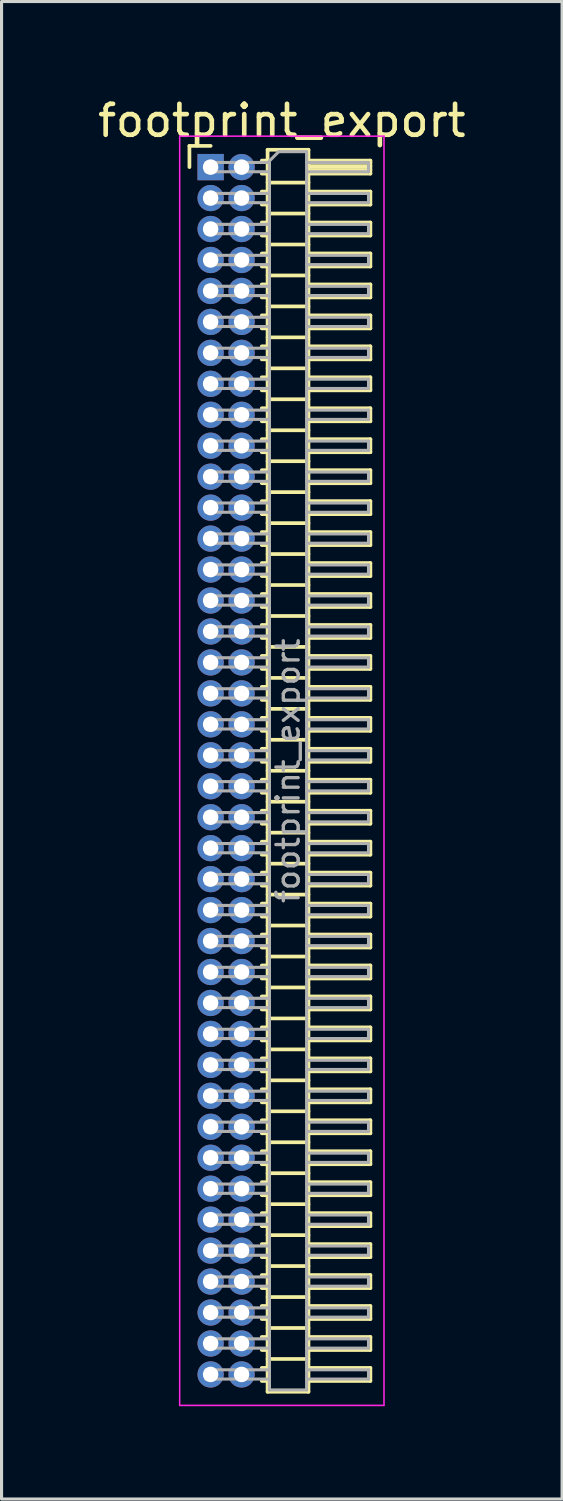
<source format=kicad_pcb>
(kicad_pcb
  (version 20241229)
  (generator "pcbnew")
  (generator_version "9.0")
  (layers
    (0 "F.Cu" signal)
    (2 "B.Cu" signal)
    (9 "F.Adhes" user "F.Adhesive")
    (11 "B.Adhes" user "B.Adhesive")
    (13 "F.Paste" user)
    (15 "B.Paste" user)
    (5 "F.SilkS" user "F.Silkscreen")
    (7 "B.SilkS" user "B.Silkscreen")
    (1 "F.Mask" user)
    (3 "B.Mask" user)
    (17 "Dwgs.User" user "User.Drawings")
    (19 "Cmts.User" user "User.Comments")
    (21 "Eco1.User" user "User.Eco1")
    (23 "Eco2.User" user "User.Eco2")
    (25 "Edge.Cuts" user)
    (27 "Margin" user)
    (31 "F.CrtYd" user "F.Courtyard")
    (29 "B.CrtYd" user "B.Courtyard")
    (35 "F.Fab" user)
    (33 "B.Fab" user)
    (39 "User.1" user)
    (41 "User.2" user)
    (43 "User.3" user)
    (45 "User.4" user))
  (footprint "footprint_export"
    (layer "F.Cu")
    (at 3.754 2.348)
    (property "Reference" "footprint_export" (at 2.3 -1.5 0) (layer "F.SilkS") (effects (font (size 1 1) (thickness 0.15))))
    (attr through_hole)
    (fp_line (start -0.685 -0.685) (end 0 -0.685) (stroke (width 0.12) (type solid)) (layer "F.SilkS"))
    (fp_line (start -0.685 0) (end -0.685 -0.685) (stroke (width 0.12) (type solid)) (layer "F.SilkS"))
    (fp_line (start 1.652 -0.21) (end 1.84 -0.21) (stroke (width 0.12) (type solid)) (layer "F.SilkS"))
    (fp_line (start 1.652 0.21) (end 1.84 0.21) (stroke (width 0.12) (type solid)) (layer "F.SilkS"))
    (fp_line (start 1.652 0.79) (end 1.84 0.79) (stroke (width 0.12) (type solid)) (layer "F.SilkS"))
    (fp_line (start 1.652 1.21) (end 1.84 1.21) (stroke (width 0.12) (type solid)) (layer "F.SilkS"))
    (fp_line (start 1.652 1.79) (end 1.84 1.79) (stroke (width 0.12) (type solid)) (layer "F.SilkS"))
    (fp_line (start 1.652 2.21) (end 1.84 2.21) (stroke (width 0.12) (type solid)) (layer "F.SilkS"))
    (fp_line (start 1.652 2.79) (end 1.84 2.79) (stroke (width 0.12) (type solid)) (layer "F.SilkS"))
    (fp_line (start 1.652 3.21) (end 1.84 3.21) (stroke (width 0.12) (type solid)) (layer "F.SilkS"))
    (fp_line (start 1.652 3.79) (end 1.84 3.79) (stroke (width 0.12) (type solid)) (layer "F.SilkS"))
    (fp_line (start 1.652 4.21) (end 1.84 4.21) (stroke (width 0.12) (type solid)) (layer "F.SilkS"))
    (fp_line (start 1.652 4.79) (end 1.84 4.79) (stroke (width 0.12) (type solid)) (layer "F.SilkS"))
    (fp_line (start 1.652 5.21) (end 1.84 5.21) (stroke (width 0.12) (type solid)) (layer "F.SilkS"))
    (fp_line (start 1.652 5.79) (end 1.84 5.79) (stroke (width 0.12) (type solid)) (layer "F.SilkS"))
    (fp_line (start 1.652 6.21) (end 1.84 6.21) (stroke (width 0.12) (type solid)) (layer "F.SilkS"))
    (fp_line (start 1.652 6.79) (end 1.84 6.79) (stroke (width 0.12) (type solid)) (layer "F.SilkS"))
    (fp_line (start 1.652 7.21) (end 1.84 7.21) (stroke (width 0.12) (type solid)) (layer "F.SilkS"))
    (fp_line (start 1.652 7.79) (end 1.84 7.79) (stroke (width 0.12) (type solid)) (layer "F.SilkS"))
    (fp_line (start 1.652 8.21) (end 1.84 8.21) (stroke (width 0.12) (type solid)) (layer "F.SilkS"))
    (fp_line (start 1.652 8.79) (end 1.84 8.79) (stroke (width 0.12) (type solid)) (layer "F.SilkS"))
    (fp_line (start 1.652 9.21) (end 1.84 9.21) (stroke (width 0.12) (type solid)) (layer "F.SilkS"))
    (fp_line (start 1.652 9.79) (end 1.84 9.79) (stroke (width 0.12) (type solid)) (layer "F.SilkS"))
    (fp_line (start 1.652 10.21) (end 1.84 10.21) (stroke (width 0.12) (type solid)) (layer "F.SilkS"))
    (fp_line (start 1.652 10.79) (end 1.84 10.79) (stroke (width 0.12) (type solid)) (layer "F.SilkS"))
    (fp_line (start 1.652 11.21) (end 1.84 11.21) (stroke (width 0.12) (type solid)) (layer "F.SilkS"))
    (fp_line (start 1.652 11.79) (end 1.84 11.79) (stroke (width 0.12) (type solid)) (layer "F.SilkS"))
    (fp_line (start 1.652 12.21) (end 1.84 12.21) (stroke (width 0.12) (type solid)) (layer "F.SilkS"))
    (fp_line (start 1.652 12.79) (end 1.84 12.79) (stroke (width 0.12) (type solid)) (layer "F.SilkS"))
    (fp_line (start 1.652 13.21) (end 1.84 13.21) (stroke (width 0.12) (type solid)) (layer "F.SilkS"))
    (fp_line (start 1.652 13.79) (end 1.84 13.79) (stroke (width 0.12) (type solid)) (layer "F.SilkS"))
    (fp_line (start 1.652 14.21) (end 1.84 14.21) (stroke (width 0.12) (type solid)) (layer "F.SilkS"))
    (fp_line (start 1.652 14.79) (end 1.84 14.79) (stroke (width 0.12) (type solid)) (layer "F.SilkS"))
    (fp_line (start 1.652 15.21) (end 1.84 15.21) (stroke (width 0.12) (type solid)) (layer "F.SilkS"))
    (fp_line (start 1.652 15.79) (end 1.84 15.79) (stroke (width 0.12) (type solid)) (layer "F.SilkS"))
    (fp_line (start 1.652 16.21) (end 1.84 16.21) (stroke (width 0.12) (type solid)) (layer "F.SilkS"))
    (fp_line (start 1.652 16.79) (end 1.84 16.79) (stroke (width 0.12) (type solid)) (layer "F.SilkS"))
    (fp_line (start 1.652 17.21) (end 1.84 17.21) (stroke (width 0.12) (type solid)) (layer "F.SilkS"))
    (fp_line (start 1.652 17.79) (end 1.84 17.79) (stroke (width 0.12) (type solid)) (layer "F.SilkS"))
    (fp_line (start 1.652 18.21) (end 1.84 18.21) (stroke (width 0.12) (type solid)) (layer "F.SilkS"))
    (fp_line (start 1.652 18.79) (end 1.84 18.79) (stroke (width 0.12) (type solid)) (layer "F.SilkS"))
    (fp_line (start 1.652 19.21) (end 1.84 19.21) (stroke (width 0.12) (type solid)) (layer "F.SilkS"))
    (fp_line (start 1.652 19.79) (end 1.84 19.79) (stroke (width 0.12) (type solid)) (layer "F.SilkS"))
    (fp_line (start 1.652 20.21) (end 1.84 20.21) (stroke (width 0.12) (type solid)) (layer "F.SilkS"))
    (fp_line (start 1.652 20.79) (end 1.84 20.79) (stroke (width 0.12) (type solid)) (layer "F.SilkS"))
    (fp_line (start 1.652 21.21) (end 1.84 21.21) (stroke (width 0.12) (type solid)) (layer "F.SilkS"))
    (fp_line (start 1.652 21.79) (end 1.84 21.79) (stroke (width 0.12) (type solid)) (layer "F.SilkS"))
    (fp_line (start 1.652 22.21) (end 1.84 22.21) (stroke (width 0.12) (type solid)) (layer "F.SilkS"))
    (fp_line (start 1.652 22.79) (end 1.84 22.79) (stroke (width 0.12) (type solid)) (layer "F.SilkS"))
    (fp_line (start 1.652 23.21) (end 1.84 23.21) (stroke (width 0.12) (type solid)) (layer "F.SilkS"))
    (fp_line (start 1.652 23.79) (end 1.84 23.79) (stroke (width 0.12) (type solid)) (layer "F.SilkS"))
    (fp_line (start 1.652 24.21) (end 1.84 24.21) (stroke (width 0.12) (type solid)) (layer "F.SilkS"))
    (fp_line (start 1.652 24.79) (end 1.84 24.79) (stroke (width 0.12) (type solid)) (layer "F.SilkS"))
    (fp_line (start 1.652 25.21) (end 1.84 25.21) (stroke (width 0.12) (type solid)) (layer "F.SilkS"))
    (fp_line (start 1.652 25.79) (end 1.84 25.79) (stroke (width 0.12) (type solid)) (layer "F.SilkS"))
    (fp_line (start 1.652 26.21) (end 1.84 26.21) (stroke (width 0.12) (type solid)) (layer "F.SilkS"))
    (fp_line (start 1.652 26.79) (end 1.84 26.79) (stroke (width 0.12) (type solid)) (layer "F.SilkS"))
    (fp_line (start 1.652 27.21) (end 1.84 27.21) (stroke (width 0.12) (type solid)) (layer "F.SilkS"))
    (fp_line (start 1.652 27.79) (end 1.84 27.79) (stroke (width 0.12) (type solid)) (layer "F.SilkS"))
    (fp_line (start 1.652 28.21) (end 1.84 28.21) (stroke (width 0.12) (type solid)) (layer "F.SilkS"))
    (fp_line (start 1.652 28.79) (end 1.84 28.79) (stroke (width 0.12) (type solid)) (layer "F.SilkS"))
    (fp_line (start 1.652 29.21) (end 1.84 29.21) (stroke (width 0.12) (type solid)) (layer "F.SilkS"))
    (fp_line (start 1.652 29.79) (end 1.84 29.79) (stroke (width 0.12) (type solid)) (layer "F.SilkS"))
    (fp_line (start 1.652 30.21) (end 1.84 30.21) (stroke (width 0.12) (type solid)) (layer "F.SilkS"))
    (fp_line (start 1.652 30.79) (end 1.84 30.79) (stroke (width 0.12) (type solid)) (layer "F.SilkS"))
    (fp_line (start 1.652 31.21) (end 1.84 31.21) (stroke (width 0.12) (type solid)) (layer "F.SilkS"))
    (fp_line (start 1.652 31.79) (end 1.84 31.79) (stroke (width 0.12) (type solid)) (layer "F.SilkS"))
    (fp_line (start 1.652 32.21) (end 1.84 32.21) (stroke (width 0.12) (type solid)) (layer "F.SilkS"))
    (fp_line (start 1.652 32.79) (end 1.84 32.79) (stroke (width 0.12) (type solid)) (layer "F.SilkS"))
    (fp_line (start 1.652 33.21) (end 1.84 33.21) (stroke (width 0.12) (type solid)) (layer "F.SilkS"))
    (fp_line (start 1.652 33.79) (end 1.84 33.79) (stroke (width 0.12) (type solid)) (layer "F.SilkS"))
    (fp_line (start 1.652 34.21) (end 1.84 34.21) (stroke (width 0.12) (type solid)) (layer "F.SilkS"))
    (fp_line (start 1.652 34.79) (end 1.84 34.79) (stroke (width 0.12) (type solid)) (layer "F.SilkS"))
    (fp_line (start 1.652 35.21) (end 1.84 35.21) (stroke (width 0.12) (type solid)) (layer "F.SilkS"))
    (fp_line (start 1.652 35.79) (end 1.84 35.79) (stroke (width 0.12) (type solid)) (layer "F.SilkS"))
    (fp_line (start 1.652 36.21) (end 1.84 36.21) (stroke (width 0.12) (type solid)) (layer "F.SilkS"))
    (fp_line (start 1.652 36.79) (end 1.84 36.79) (stroke (width 0.12) (type solid)) (layer "F.SilkS"))
    (fp_line (start 1.652 37.21) (end 1.84 37.21) (stroke (width 0.12) (type solid)) (layer "F.SilkS"))
    (fp_line (start 1.652 37.79) (end 1.84 37.79) (stroke (width 0.12) (type solid)) (layer "F.SilkS"))
    (fp_line (start 1.652 38.21) (end 1.84 38.21) (stroke (width 0.12) (type solid)) (layer "F.SilkS"))
    (fp_line (start 1.652 38.79) (end 1.84 38.79) (stroke (width 0.12) (type solid)) (layer "F.SilkS"))
    (fp_line (start 1.652 39.21) (end 1.84 39.21) (stroke (width 0.12) (type solid)) (layer "F.SilkS"))
    (fp_line (start 1.84 -0.56) (end 1.84 39.56) (stroke (width 0.12) (type solid)) (layer "F.SilkS"))
    (fp_line (start 1.84 0.5) (end 3.16 0.5) (stroke (width 0.12) (type solid)) (layer "F.SilkS"))
    (fp_line (start 1.84 1.5) (end 3.16 1.5) (stroke (width 0.12) (type solid)) (layer "F.SilkS"))
    (fp_line (start 1.84 2.5) (end 3.16 2.5) (stroke (width 0.12) (type solid)) (layer "F.SilkS"))
    (fp_line (start 1.84 3.5) (end 3.16 3.5) (stroke (width 0.12) (type solid)) (layer "F.SilkS"))
    (fp_line (start 1.84 4.5) (end 3.16 4.5) (stroke (width 0.12) (type solid)) (layer "F.SilkS"))
    (fp_line (start 1.84 5.5) (end 3.16 5.5) (stroke (width 0.12) (type solid)) (layer "F.SilkS"))
    (fp_line (start 1.84 6.5) (end 3.16 6.5) (stroke (width 0.12) (type solid)) (layer "F.SilkS"))
    (fp_line (start 1.84 7.5) (end 3.16 7.5) (stroke (width 0.12) (type solid)) (layer "F.SilkS"))
    (fp_line (start 1.84 8.5) (end 3.16 8.5) (stroke (width 0.12) (type solid)) (layer "F.SilkS"))
    (fp_line (start 1.84 9.5) (end 3.16 9.5) (stroke (width 0.12) (type solid)) (layer "F.SilkS"))
    (fp_line (start 1.84 10.5) (end 3.16 10.5) (stroke (width 0.12) (type solid)) (layer "F.SilkS"))
    (fp_line (start 1.84 11.5) (end 3.16 11.5) (stroke (width 0.12) (type solid)) (layer "F.SilkS"))
    (fp_line (start 1.84 12.5) (end 3.16 12.5) (stroke (width 0.12) (type solid)) (layer "F.SilkS"))
    (fp_line (start 1.84 13.5) (end 3.16 13.5) (stroke (width 0.12) (type solid)) (layer "F.SilkS"))
    (fp_line (start 1.84 14.5) (end 3.16 14.5) (stroke (width 0.12) (type solid)) (layer "F.SilkS"))
    (fp_line (start 1.84 15.5) (end 3.16 15.5) (stroke (width 0.12) (type solid)) (layer "F.SilkS"))
    (fp_line (start 1.84 16.5) (end 3.16 16.5) (stroke (width 0.12) (type solid)) (layer "F.SilkS"))
    (fp_line (start 1.84 17.5) (end 3.16 17.5) (stroke (width 0.12) (type solid)) (layer "F.SilkS"))
    (fp_line (start 1.84 18.5) (end 3.16 18.5) (stroke (width 0.12) (type solid)) (layer "F.SilkS"))
    (fp_line (start 1.84 19.5) (end 3.16 19.5) (stroke (width 0.12) (type solid)) (layer "F.SilkS"))
    (fp_line (start 1.84 20.5) (end 3.16 20.5) (stroke (width 0.12) (type solid)) (layer "F.SilkS"))
    (fp_line (start 1.84 21.5) (end 3.16 21.5) (stroke (width 0.12) (type solid)) (layer "F.SilkS"))
    (fp_line (start 1.84 22.5) (end 3.16 22.5) (stroke (width 0.12) (type solid)) (layer "F.SilkS"))
    (fp_line (start 1.84 23.5) (end 3.16 23.5) (stroke (width 0.12) (type solid)) (layer "F.SilkS"))
    (fp_line (start 1.84 24.5) (end 3.16 24.5) (stroke (width 0.12) (type solid)) (layer "F.SilkS"))
    (fp_line (start 1.84 25.5) (end 3.16 25.5) (stroke (width 0.12) (type solid)) (layer "F.SilkS"))
    (fp_line (start 1.84 26.5) (end 3.16 26.5) (stroke (width 0.12) (type solid)) (layer "F.SilkS"))
    (fp_line (start 1.84 27.5) (end 3.16 27.5) (stroke (width 0.12) (type solid)) (layer "F.SilkS"))
    (fp_line (start 1.84 28.5) (end 3.16 28.5) (stroke (width 0.12) (type solid)) (layer "F.SilkS"))
    (fp_line (start 1.84 29.5) (end 3.16 29.5) (stroke (width 0.12) (type solid)) (layer "F.SilkS"))
    (fp_line (start 1.84 30.5) (end 3.16 30.5) (stroke (width 0.12) (type solid)) (layer "F.SilkS"))
    (fp_line (start 1.84 31.5) (end 3.16 31.5) (stroke (width 0.12) (type solid)) (layer "F.SilkS"))
    (fp_line (start 1.84 32.5) (end 3.16 32.5) (stroke (width 0.12) (type solid)) (layer "F.SilkS"))
    (fp_line (start 1.84 33.5) (end 3.16 33.5) (stroke (width 0.12) (type solid)) (layer "F.SilkS"))
    (fp_line (start 1.84 34.5) (end 3.16 34.5) (stroke (width 0.12) (type solid)) (layer "F.SilkS"))
    (fp_line (start 1.84 35.5) (end 3.16 35.5) (stroke (width 0.12) (type solid)) (layer "F.SilkS"))
    (fp_line (start 1.84 36.5) (end 3.16 36.5) (stroke (width 0.12) (type solid)) (layer "F.SilkS"))
    (fp_line (start 1.84 37.5) (end 3.16 37.5) (stroke (width 0.12) (type solid)) (layer "F.SilkS"))
    (fp_line (start 1.84 38.5) (end 3.16 38.5) (stroke (width 0.12) (type solid)) (layer "F.SilkS"))
    (fp_line (start 1.84 39.56) (end 3.16 39.56) (stroke (width 0.12) (type solid)) (layer "F.SilkS"))
    (fp_line (start 3.16 -0.56) (end 1.84 -0.56) (stroke (width 0.12) (type solid)) (layer "F.SilkS"))
    (fp_line (start 3.16 -0.21) (end 5.16 -0.21) (stroke (width 0.12) (type solid)) (layer "F.SilkS"))
    (fp_line (start 3.16 -0.15) (end 5.16 -0.15) (stroke (width 0.12) (type solid)) (layer "F.SilkS"))
    (fp_line (start 3.16 -0.03) (end 5.16 -0.03) (stroke (width 0.12) (type solid)) (layer "F.SilkS"))
    (fp_line (start 3.16 0.09) (end 5.16 0.09) (stroke (width 0.12) (type solid)) (layer "F.SilkS"))
    (fp_line (start 3.16 0.79) (end 5.16 0.79) (stroke (width 0.12) (type solid)) (layer "F.SilkS"))
    (fp_line (start 3.16 1.79) (end 5.16 1.79) (stroke (width 0.12) (type solid)) (layer "F.SilkS"))
    (fp_line (start 3.16 2.79) (end 5.16 2.79) (stroke (width 0.12) (type solid)) (layer "F.SilkS"))
    (fp_line (start 3.16 3.79) (end 5.16 3.79) (stroke (width 0.12) (type solid)) (layer "F.SilkS"))
    (fp_line (start 3.16 4.79) (end 5.16 4.79) (stroke (width 0.12) (type solid)) (layer "F.SilkS"))
    (fp_line (start 3.16 5.79) (end 5.16 5.79) (stroke (width 0.12) (type solid)) (layer "F.SilkS"))
    (fp_line (start 3.16 6.79) (end 5.16 6.79) (stroke (width 0.12) (type solid)) (layer "F.SilkS"))
    (fp_line (start 3.16 7.79) (end 5.16 7.79) (stroke (width 0.12) (type solid)) (layer "F.SilkS"))
    (fp_line (start 3.16 8.79) (end 5.16 8.79) (stroke (width 0.12) (type solid)) (layer "F.SilkS"))
    (fp_line (start 3.16 9.79) (end 5.16 9.79) (stroke (width 0.12) (type solid)) (layer "F.SilkS"))
    (fp_line (start 3.16 10.79) (end 5.16 10.79) (stroke (width 0.12) (type solid)) (layer "F.SilkS"))
    (fp_line (start 3.16 11.79) (end 5.16 11.79) (stroke (width 0.12) (type solid)) (layer "F.SilkS"))
    (fp_line (start 3.16 12.79) (end 5.16 12.79) (stroke (width 0.12) (type solid)) (layer "F.SilkS"))
    (fp_line (start 3.16 13.79) (end 5.16 13.79) (stroke (width 0.12) (type solid)) (layer "F.SilkS"))
    (fp_line (start 3.16 14.79) (end 5.16 14.79) (stroke (width 0.12) (type solid)) (layer "F.SilkS"))
    (fp_line (start 3.16 15.79) (end 5.16 15.79) (stroke (width 0.12) (type solid)) (layer "F.SilkS"))
    (fp_line (start 3.16 16.79) (end 5.16 16.79) (stroke (width 0.12) (type solid)) (layer "F.SilkS"))
    (fp_line (start 3.16 17.79) (end 5.16 17.79) (stroke (width 0.12) (type solid)) (layer "F.SilkS"))
    (fp_line (start 3.16 18.79) (end 5.16 18.79) (stroke (width 0.12) (type solid)) (layer "F.SilkS"))
    (fp_line (start 3.16 19.79) (end 5.16 19.79) (stroke (width 0.12) (type solid)) (layer "F.SilkS"))
    (fp_line (start 3.16 20.79) (end 5.16 20.79) (stroke (width 0.12) (type solid)) (layer "F.SilkS"))
    (fp_line (start 3.16 21.79) (end 5.16 21.79) (stroke (width 0.12) (type solid)) (layer "F.SilkS"))
    (fp_line (start 3.16 22.79) (end 5.16 22.79) (stroke (width 0.12) (type solid)) (layer "F.SilkS"))
    (fp_line (start 3.16 23.79) (end 5.16 23.79) (stroke (width 0.12) (type solid)) (layer "F.SilkS"))
    (fp_line (start 3.16 24.79) (end 5.16 24.79) (stroke (width 0.12) (type solid)) (layer "F.SilkS"))
    (fp_line (start 3.16 25.79) (end 5.16 25.79) (stroke (width 0.12) (type solid)) (layer "F.SilkS"))
    (fp_line (start 3.16 26.79) (end 5.16 26.79) (stroke (width 0.12) (type solid)) (layer "F.SilkS"))
    (fp_line (start 3.16 27.79) (end 5.16 27.79) (stroke (width 0.12) (type solid)) (layer "F.SilkS"))
    (fp_line (start 3.16 28.79) (end 5.16 28.79) (stroke (width 0.12) (type solid)) (layer "F.SilkS"))
    (fp_line (start 3.16 29.79) (end 5.16 29.79) (stroke (width 0.12) (type solid)) (layer "F.SilkS"))
    (fp_line (start 3.16 30.79) (end 5.16 30.79) (stroke (width 0.12) (type solid)) (layer "F.SilkS"))
    (fp_line (start 3.16 31.79) (end 5.16 31.79) (stroke (width 0.12) (type solid)) (layer "F.SilkS"))
    (fp_line (start 3.16 32.79) (end 5.16 32.79) (stroke (width 0.12) (type solid)) (layer "F.SilkS"))
    (fp_line (start 3.16 33.79) (end 5.16 33.79) (stroke (width 0.12) (type solid)) (layer "F.SilkS"))
    (fp_line (start 3.16 34.79) (end 5.16 34.79) (stroke (width 0.12) (type solid)) (layer "F.SilkS"))
    (fp_line (start 3.16 35.79) (end 5.16 35.79) (stroke (width 0.12) (type solid)) (layer "F.SilkS"))
    (fp_line (start 3.16 36.79) (end 5.16 36.79) (stroke (width 0.12) (type solid)) (layer "F.SilkS"))
    (fp_line (start 3.16 37.79) (end 5.16 37.79) (stroke (width 0.12) (type solid)) (layer "F.SilkS"))
    (fp_line (start 3.16 38.79) (end 5.16 38.79) (stroke (width 0.12) (type solid)) (layer "F.SilkS"))
    (fp_line (start 3.16 39.56) (end 3.16 -0.56) (stroke (width 0.12) (type solid)) (layer "F.SilkS"))
    (fp_line (start 5.16 -0.21) (end 5.16 0.21) (stroke (width 0.12) (type solid)) (layer "F.SilkS"))
    (fp_line (start 5.16 0.21) (end 3.16 0.21) (stroke (width 0.12) (type solid)) (layer "F.SilkS"))
    (fp_line (start 5.16 0.79) (end 5.16 1.21) (stroke (width 0.12) (type solid)) (layer "F.SilkS"))
    (fp_line (start 5.16 1.21) (end 3.16 1.21) (stroke (width 0.12) (type solid)) (layer "F.SilkS"))
    (fp_line (start 5.16 1.79) (end 5.16 2.21) (stroke (width 0.12) (type solid)) (layer "F.SilkS"))
    (fp_line (start 5.16 2.21) (end 3.16 2.21) (stroke (width 0.12) (type solid)) (layer "F.SilkS"))
    (fp_line (start 5.16 2.79) (end 5.16 3.21) (stroke (width 0.12) (type solid)) (layer "F.SilkS"))
    (fp_line (start 5.16 3.21) (end 3.16 3.21) (stroke (width 0.12) (type solid)) (layer "F.SilkS"))
    (fp_line (start 5.16 3.79) (end 5.16 4.21) (stroke (width 0.12) (type solid)) (layer "F.SilkS"))
    (fp_line (start 5.16 4.21) (end 3.16 4.21) (stroke (width 0.12) (type solid)) (layer "F.SilkS"))
    (fp_line (start 5.16 4.79) (end 5.16 5.21) (stroke (width 0.12) (type solid)) (layer "F.SilkS"))
    (fp_line (start 5.16 5.21) (end 3.16 5.21) (stroke (width 0.12) (type solid)) (layer "F.SilkS"))
    (fp_line (start 5.16 5.79) (end 5.16 6.21) (stroke (width 0.12) (type solid)) (layer "F.SilkS"))
    (fp_line (start 5.16 6.21) (end 3.16 6.21) (stroke (width 0.12) (type solid)) (layer "F.SilkS"))
    (fp_line (start 5.16 6.79) (end 5.16 7.21) (stroke (width 0.12) (type solid)) (layer "F.SilkS"))
    (fp_line (start 5.16 7.21) (end 3.16 7.21) (stroke (width 0.12) (type solid)) (layer "F.SilkS"))
    (fp_line (start 5.16 7.79) (end 5.16 8.21) (stroke (width 0.12) (type solid)) (layer "F.SilkS"))
    (fp_line (start 5.16 8.21) (end 3.16 8.21) (stroke (width 0.12) (type solid)) (layer "F.SilkS"))
    (fp_line (start 5.16 8.79) (end 5.16 9.21) (stroke (width 0.12) (type solid)) (layer "F.SilkS"))
    (fp_line (start 5.16 9.21) (end 3.16 9.21) (stroke (width 0.12) (type solid)) (layer "F.SilkS"))
    (fp_line (start 5.16 9.79) (end 5.16 10.21) (stroke (width 0.12) (type solid)) (layer "F.SilkS"))
    (fp_line (start 5.16 10.21) (end 3.16 10.21) (stroke (width 0.12) (type solid)) (layer "F.SilkS"))
    (fp_line (start 5.16 10.79) (end 5.16 11.21) (stroke (width 0.12) (type solid)) (layer "F.SilkS"))
    (fp_line (start 5.16 11.21) (end 3.16 11.21) (stroke (width 0.12) (type solid)) (layer "F.SilkS"))
    (fp_line (start 5.16 11.79) (end 5.16 12.21) (stroke (width 0.12) (type solid)) (layer "F.SilkS"))
    (fp_line (start 5.16 12.21) (end 3.16 12.21) (stroke (width 0.12) (type solid)) (layer "F.SilkS"))
    (fp_line (start 5.16 12.79) (end 5.16 13.21) (stroke (width 0.12) (type solid)) (layer "F.SilkS"))
    (fp_line (start 5.16 13.21) (end 3.16 13.21) (stroke (width 0.12) (type solid)) (layer "F.SilkS"))
    (fp_line (start 5.16 13.79) (end 5.16 14.21) (stroke (width 0.12) (type solid)) (layer "F.SilkS"))
    (fp_line (start 5.16 14.21) (end 3.16 14.21) (stroke (width 0.12) (type solid)) (layer "F.SilkS"))
    (fp_line (start 5.16 14.79) (end 5.16 15.21) (stroke (width 0.12) (type solid)) (layer "F.SilkS"))
    (fp_line (start 5.16 15.21) (end 3.16 15.21) (stroke (width 0.12) (type solid)) (layer "F.SilkS"))
    (fp_line (start 5.16 15.79) (end 5.16 16.21) (stroke (width 0.12) (type solid)) (layer "F.SilkS"))
    (fp_line (start 5.16 16.21) (end 3.16 16.21) (stroke (width 0.12) (type solid)) (layer "F.SilkS"))
    (fp_line (start 5.16 16.79) (end 5.16 17.21) (stroke (width 0.12) (type solid)) (layer "F.SilkS"))
    (fp_line (start 5.16 17.21) (end 3.16 17.21) (stroke (width 0.12) (type solid)) (layer "F.SilkS"))
    (fp_line (start 5.16 17.79) (end 5.16 18.21) (stroke (width 0.12) (type solid)) (layer "F.SilkS"))
    (fp_line (start 5.16 18.21) (end 3.16 18.21) (stroke (width 0.12) (type solid)) (layer "F.SilkS"))
    (fp_line (start 5.16 18.79) (end 5.16 19.21) (stroke (width 0.12) (type solid)) (layer "F.SilkS"))
    (fp_line (start 5.16 19.21) (end 3.16 19.21) (stroke (width 0.12) (type solid)) (layer "F.SilkS"))
    (fp_line (start 5.16 19.79) (end 5.16 20.21) (stroke (width 0.12) (type solid)) (layer "F.SilkS"))
    (fp_line (start 5.16 20.21) (end 3.16 20.21) (stroke (width 0.12) (type solid)) (layer "F.SilkS"))
    (fp_line (start 5.16 20.79) (end 5.16 21.21) (stroke (width 0.12) (type solid)) (layer "F.SilkS"))
    (fp_line (start 5.16 21.21) (end 3.16 21.21) (stroke (width 0.12) (type solid)) (layer "F.SilkS"))
    (fp_line (start 5.16 21.79) (end 5.16 22.21) (stroke (width 0.12) (type solid)) (layer "F.SilkS"))
    (fp_line (start 5.16 22.21) (end 3.16 22.21) (stroke (width 0.12) (type solid)) (layer "F.SilkS"))
    (fp_line (start 5.16 22.79) (end 5.16 23.21) (stroke (width 0.12) (type solid)) (layer "F.SilkS"))
    (fp_line (start 5.16 23.21) (end 3.16 23.21) (stroke (width 0.12) (type solid)) (layer "F.SilkS"))
    (fp_line (start 5.16 23.79) (end 5.16 24.21) (stroke (width 0.12) (type solid)) (layer "F.SilkS"))
    (fp_line (start 5.16 24.21) (end 3.16 24.21) (stroke (width 0.12) (type solid)) (layer "F.SilkS"))
    (fp_line (start 5.16 24.79) (end 5.16 25.21) (stroke (width 0.12) (type solid)) (layer "F.SilkS"))
    (fp_line (start 5.16 25.21) (end 3.16 25.21) (stroke (width 0.12) (type solid)) (layer "F.SilkS"))
    (fp_line (start 5.16 25.79) (end 5.16 26.21) (stroke (width 0.12) (type solid)) (layer "F.SilkS"))
    (fp_line (start 5.16 26.21) (end 3.16 26.21) (stroke (width 0.12) (type solid)) (layer "F.SilkS"))
    (fp_line (start 5.16 26.79) (end 5.16 27.21) (stroke (width 0.12) (type solid)) (layer "F.SilkS"))
    (fp_line (start 5.16 27.21) (end 3.16 27.21) (stroke (width 0.12) (type solid)) (layer "F.SilkS"))
    (fp_line (start 5.16 27.79) (end 5.16 28.21) (stroke (width 0.12) (type solid)) (layer "F.SilkS"))
    (fp_line (start 5.16 28.21) (end 3.16 28.21) (stroke (width 0.12) (type solid)) (layer "F.SilkS"))
    (fp_line (start 5.16 28.79) (end 5.16 29.21) (stroke (width 0.12) (type solid)) (layer "F.SilkS"))
    (fp_line (start 5.16 29.21) (end 3.16 29.21) (stroke (width 0.12) (type solid)) (layer "F.SilkS"))
    (fp_line (start 5.16 29.79) (end 5.16 30.21) (stroke (width 0.12) (type solid)) (layer "F.SilkS"))
    (fp_line (start 5.16 30.21) (end 3.16 30.21) (stroke (width 0.12) (type solid)) (layer "F.SilkS"))
    (fp_line (start 5.16 30.79) (end 5.16 31.21) (stroke (width 0.12) (type solid)) (layer "F.SilkS"))
    (fp_line (start 5.16 31.21) (end 3.16 31.21) (stroke (width 0.12) (type solid)) (layer "F.SilkS"))
    (fp_line (start 5.16 31.79) (end 5.16 32.21) (stroke (width 0.12) (type solid)) (layer "F.SilkS"))
    (fp_line (start 5.16 32.21) (end 3.16 32.21) (stroke (width 0.12) (type solid)) (layer "F.SilkS"))
    (fp_line (start 5.16 32.79) (end 5.16 33.21) (stroke (width 0.12) (type solid)) (layer "F.SilkS"))
    (fp_line (start 5.16 33.21) (end 3.16 33.21) (stroke (width 0.12) (type solid)) (layer "F.SilkS"))
    (fp_line (start 5.16 33.79) (end 5.16 34.21) (stroke (width 0.12) (type solid)) (layer "F.SilkS"))
    (fp_line (start 5.16 34.21) (end 3.16 34.21) (stroke (width 0.12) (type solid)) (layer "F.SilkS"))
    (fp_line (start 5.16 34.79) (end 5.16 35.21) (stroke (width 0.12) (type solid)) (layer "F.SilkS"))
    (fp_line (start 5.16 35.21) (end 3.16 35.21) (stroke (width 0.12) (type solid)) (layer "F.SilkS"))
    (fp_line (start 5.16 35.79) (end 5.16 36.21) (stroke (width 0.12) (type solid)) (layer "F.SilkS"))
    (fp_line (start 5.16 36.21) (end 3.16 36.21) (stroke (width 0.12) (type solid)) (layer "F.SilkS"))
    (fp_line (start 5.16 36.79) (end 5.16 37.21) (stroke (width 0.12) (type solid)) (layer "F.SilkS"))
    (fp_line (start 5.16 37.21) (end 3.16 37.21) (stroke (width 0.12) (type solid)) (layer "F.SilkS"))
    (fp_line (start 5.16 37.79) (end 5.16 38.21) (stroke (width 0.12) (type solid)) (layer "F.SilkS"))
    (fp_line (start 5.16 38.21) (end 3.16 38.21) (stroke (width 0.12) (type solid)) (layer "F.SilkS"))
    (fp_line (start 5.16 38.79) (end 5.16 39.21) (stroke (width 0.12) (type solid)) (layer "F.SilkS"))
    (fp_line (start 5.16 39.21) (end 3.16 39.21) (stroke (width 0.12) (type solid)) (layer "F.SilkS"))
    (fp_line (start -1 -1) (end -1 40) (stroke (width 0.05) (type solid)) (layer "F.CrtYd"))
    (fp_line (start -1 40) (end 5.6 40) (stroke (width 0.05) (type solid)) (layer "F.CrtYd"))
    (fp_line (start 5.6 -1) (end -1 -1) (stroke (width 0.05) (type solid)) (layer "F.CrtYd"))
    (fp_line (start 5.6 40) (end 5.6 -1) (stroke (width 0.05) (type solid)) (layer "F.CrtYd"))
    (fp_line (start -0.15 -0.15) (end -0.15 0.15) (stroke (width 0.1) (type solid)) (layer "F.Fab"))
    (fp_line (start -0.15 -0.15) (end 1.9 -0.15) (stroke (width 0.1) (type solid)) (layer "F.Fab"))
    (fp_line (start -0.15 0.15) (end 1.9 0.15) (stroke (width 0.1) (type solid)) (layer "F.Fab"))
    (fp_line (start -0.15 0.85) (end -0.15 1.15) (stroke (width 0.1) (type solid)) (layer "F.Fab"))
    (fp_line (start -0.15 0.85) (end 1.9 0.85) (stroke (width 0.1) (type solid)) (layer "F.Fab"))
    (fp_line (start -0.15 1.15) (end 1.9 1.15) (stroke (width 0.1) (type solid)) (layer "F.Fab"))
    (fp_line (start -0.15 1.85) (end -0.15 2.15) (stroke (width 0.1) (type solid)) (layer "F.Fab"))
    (fp_line (start -0.15 1.85) (end 1.9 1.85) (stroke (width 0.1) (type solid)) (layer "F.Fab"))
    (fp_line (start -0.15 2.15) (end 1.9 2.15) (stroke (width 0.1) (type solid)) (layer "F.Fab"))
    (fp_line (start -0.15 2.85) (end -0.15 3.15) (stroke (width 0.1) (type solid)) (layer "F.Fab"))
    (fp_line (start -0.15 2.85) (end 1.9 2.85) (stroke (width 0.1) (type solid)) (layer "F.Fab"))
    (fp_line (start -0.15 3.15) (end 1.9 3.15) (stroke (width 0.1) (type solid)) (layer "F.Fab"))
    (fp_line (start -0.15 3.85) (end -0.15 4.15) (stroke (width 0.1) (type solid)) (layer "F.Fab"))
    (fp_line (start -0.15 3.85) (end 1.9 3.85) (stroke (width 0.1) (type solid)) (layer "F.Fab"))
    (fp_line (start -0.15 4.15) (end 1.9 4.15) (stroke (width 0.1) (type solid)) (layer "F.Fab"))
    (fp_line (start -0.15 4.85) (end -0.15 5.15) (stroke (width 0.1) (type solid)) (layer "F.Fab"))
    (fp_line (start -0.15 4.85) (end 1.9 4.85) (stroke (width 0.1) (type solid)) (layer "F.Fab"))
    (fp_line (start -0.15 5.15) (end 1.9 5.15) (stroke (width 0.1) (type solid)) (layer "F.Fab"))
    (fp_line (start -0.15 5.85) (end -0.15 6.15) (stroke (width 0.1) (type solid)) (layer "F.Fab"))
    (fp_line (start -0.15 5.85) (end 1.9 5.85) (stroke (width 0.1) (type solid)) (layer "F.Fab"))
    (fp_line (start -0.15 6.15) (end 1.9 6.15) (stroke (width 0.1) (type solid)) (layer "F.Fab"))
    (fp_line (start -0.15 6.85) (end -0.15 7.15) (stroke (width 0.1) (type solid)) (layer "F.Fab"))
    (fp_line (start -0.15 6.85) (end 1.9 6.85) (stroke (width 0.1) (type solid)) (layer "F.Fab"))
    (fp_line (start -0.15 7.15) (end 1.9 7.15) (stroke (width 0.1) (type solid)) (layer "F.Fab"))
    (fp_line (start -0.15 7.85) (end -0.15 8.15) (stroke (width 0.1) (type solid)) (layer "F.Fab"))
    (fp_line (start -0.15 7.85) (end 1.9 7.85) (stroke (width 0.1) (type solid)) (layer "F.Fab"))
    (fp_line (start -0.15 8.15) (end 1.9 8.15) (stroke (width 0.1) (type solid)) (layer "F.Fab"))
    (fp_line (start -0.15 8.85) (end -0.15 9.15) (stroke (width 0.1) (type solid)) (layer "F.Fab"))
    (fp_line (start -0.15 8.85) (end 1.9 8.85) (stroke (width 0.1) (type solid)) (layer "F.Fab"))
    (fp_line (start -0.15 9.15) (end 1.9 9.15) (stroke (width 0.1) (type solid)) (layer "F.Fab"))
    (fp_line (start -0.15 9.85) (end -0.15 10.15) (stroke (width 0.1) (type solid)) (layer "F.Fab"))
    (fp_line (start -0.15 9.85) (end 1.9 9.85) (stroke (width 0.1) (type solid)) (layer "F.Fab"))
    (fp_line (start -0.15 10.15) (end 1.9 10.15) (stroke (width 0.1) (type solid)) (layer "F.Fab"))
    (fp_line (start -0.15 10.85) (end -0.15 11.15) (stroke (width 0.1) (type solid)) (layer "F.Fab"))
    (fp_line (start -0.15 10.85) (end 1.9 10.85) (stroke (width 0.1) (type solid)) (layer "F.Fab"))
    (fp_line (start -0.15 11.15) (end 1.9 11.15) (stroke (width 0.1) (type solid)) (layer "F.Fab"))
    (fp_line (start -0.15 11.85) (end -0.15 12.15) (stroke (width 0.1) (type solid)) (layer "F.Fab"))
    (fp_line (start -0.15 11.85) (end 1.9 11.85) (stroke (width 0.1) (type solid)) (layer "F.Fab"))
    (fp_line (start -0.15 12.15) (end 1.9 12.15) (stroke (width 0.1) (type solid)) (layer "F.Fab"))
    (fp_line (start -0.15 12.85) (end -0.15 13.15) (stroke (width 0.1) (type solid)) (layer "F.Fab"))
    (fp_line (start -0.15 12.85) (end 1.9 12.85) (stroke (width 0.1) (type solid)) (layer "F.Fab"))
    (fp_line (start -0.15 13.15) (end 1.9 13.15) (stroke (width 0.1) (type solid)) (layer "F.Fab"))
    (fp_line (start -0.15 13.85) (end -0.15 14.15) (stroke (width 0.1) (type solid)) (layer "F.Fab"))
    (fp_line (start -0.15 13.85) (end 1.9 13.85) (stroke (width 0.1) (type solid)) (layer "F.Fab"))
    (fp_line (start -0.15 14.15) (end 1.9 14.15) (stroke (width 0.1) (type solid)) (layer "F.Fab"))
    (fp_line (start -0.15 14.85) (end -0.15 15.15) (stroke (width 0.1) (type solid)) (layer "F.Fab"))
    (fp_line (start -0.15 14.85) (end 1.9 14.85) (stroke (width 0.1) (type solid)) (layer "F.Fab"))
    (fp_line (start -0.15 15.15) (end 1.9 15.15) (stroke (width 0.1) (type solid)) (layer "F.Fab"))
    (fp_line (start -0.15 15.85) (end -0.15 16.15) (stroke (width 0.1) (type solid)) (layer "F.Fab"))
    (fp_line (start -0.15 15.85) (end 1.9 15.85) (stroke (width 0.1) (type solid)) (layer "F.Fab"))
    (fp_line (start -0.15 16.15) (end 1.9 16.15) (stroke (width 0.1) (type solid)) (layer "F.Fab"))
    (fp_line (start -0.15 16.85) (end -0.15 17.15) (stroke (width 0.1) (type solid)) (layer "F.Fab"))
    (fp_line (start -0.15 16.85) (end 1.9 16.85) (stroke (width 0.1) (type solid)) (layer "F.Fab"))
    (fp_line (start -0.15 17.15) (end 1.9 17.15) (stroke (width 0.1) (type solid)) (layer "F.Fab"))
    (fp_line (start -0.15 17.85) (end -0.15 18.15) (stroke (width 0.1) (type solid)) (layer "F.Fab"))
    (fp_line (start -0.15 17.85) (end 1.9 17.85) (stroke (width 0.1) (type solid)) (layer "F.Fab"))
    (fp_line (start -0.15 18.15) (end 1.9 18.15) (stroke (width 0.1) (type solid)) (layer "F.Fab"))
    (fp_line (start -0.15 18.85) (end -0.15 19.15) (stroke (width 0.1) (type solid)) (layer "F.Fab"))
    (fp_line (start -0.15 18.85) (end 1.9 18.85) (stroke (width 0.1) (type solid)) (layer "F.Fab"))
    (fp_line (start -0.15 19.15) (end 1.9 19.15) (stroke (width 0.1) (type solid)) (layer "F.Fab"))
    (fp_line (start -0.15 19.85) (end -0.15 20.15) (stroke (width 0.1) (type solid)) (layer "F.Fab"))
    (fp_line (start -0.15 19.85) (end 1.9 19.85) (stroke (width 0.1) (type solid)) (layer "F.Fab"))
    (fp_line (start -0.15 20.15) (end 1.9 20.15) (stroke (width 0.1) (type solid)) (layer "F.Fab"))
    (fp_line (start -0.15 20.85) (end -0.15 21.15) (stroke (width 0.1) (type solid)) (layer "F.Fab"))
    (fp_line (start -0.15 20.85) (end 1.9 20.85) (stroke (width 0.1) (type solid)) (layer "F.Fab"))
    (fp_line (start -0.15 21.15) (end 1.9 21.15) (stroke (width 0.1) (type solid)) (layer "F.Fab"))
    (fp_line (start -0.15 21.85) (end -0.15 22.15) (stroke (width 0.1) (type solid)) (layer "F.Fab"))
    (fp_line (start -0.15 21.85) (end 1.9 21.85) (stroke (width 0.1) (type solid)) (layer "F.Fab"))
    (fp_line (start -0.15 22.15) (end 1.9 22.15) (stroke (width 0.1) (type solid)) (layer "F.Fab"))
    (fp_line (start -0.15 22.85) (end -0.15 23.15) (stroke (width 0.1) (type solid)) (layer "F.Fab"))
    (fp_line (start -0.15 22.85) (end 1.9 22.85) (stroke (width 0.1) (type solid)) (layer "F.Fab"))
    (fp_line (start -0.15 23.15) (end 1.9 23.15) (stroke (width 0.1) (type solid)) (layer "F.Fab"))
    (fp_line (start -0.15 23.85) (end -0.15 24.15) (stroke (width 0.1) (type solid)) (layer "F.Fab"))
    (fp_line (start -0.15 23.85) (end 1.9 23.85) (stroke (width 0.1) (type solid)) (layer "F.Fab"))
    (fp_line (start -0.15 24.15) (end 1.9 24.15) (stroke (width 0.1) (type solid)) (layer "F.Fab"))
    (fp_line (start -0.15 24.85) (end -0.15 25.15) (stroke (width 0.1) (type solid)) (layer "F.Fab"))
    (fp_line (start -0.15 24.85) (end 1.9 24.85) (stroke (width 0.1) (type solid)) (layer "F.Fab"))
    (fp_line (start -0.15 25.15) (end 1.9 25.15) (stroke (width 0.1) (type solid)) (layer "F.Fab"))
    (fp_line (start -0.15 25.85) (end -0.15 26.15) (stroke (width 0.1) (type solid)) (layer "F.Fab"))
    (fp_line (start -0.15 25.85) (end 1.9 25.85) (stroke (width 0.1) (type solid)) (layer "F.Fab"))
    (fp_line (start -0.15 26.15) (end 1.9 26.15) (stroke (width 0.1) (type solid)) (layer "F.Fab"))
    (fp_line (start -0.15 26.85) (end -0.15 27.15) (stroke (width 0.1) (type solid)) (layer "F.Fab"))
    (fp_line (start -0.15 26.85) (end 1.9 26.85) (stroke (width 0.1) (type solid)) (layer "F.Fab"))
    (fp_line (start -0.15 27.15) (end 1.9 27.15) (stroke (width 0.1) (type solid)) (layer "F.Fab"))
    (fp_line (start -0.15 27.85) (end -0.15 28.15) (stroke (width 0.1) (type solid)) (layer "F.Fab"))
    (fp_line (start -0.15 27.85) (end 1.9 27.85) (stroke (width 0.1) (type solid)) (layer "F.Fab"))
    (fp_line (start -0.15 28.15) (end 1.9 28.15) (stroke (width 0.1) (type solid)) (layer "F.Fab"))
    (fp_line (start -0.15 28.85) (end -0.15 29.15) (stroke (width 0.1) (type solid)) (layer "F.Fab"))
    (fp_line (start -0.15 28.85) (end 1.9 28.85) (stroke (width 0.1) (type solid)) (layer "F.Fab"))
    (fp_line (start -0.15 29.15) (end 1.9 29.15) (stroke (width 0.1) (type solid)) (layer "F.Fab"))
    (fp_line (start -0.15 29.85) (end -0.15 30.15) (stroke (width 0.1) (type solid)) (layer "F.Fab"))
    (fp_line (start -0.15 29.85) (end 1.9 29.85) (stroke (width 0.1) (type solid)) (layer "F.Fab"))
    (fp_line (start -0.15 30.15) (end 1.9 30.15) (stroke (width 0.1) (type solid)) (layer "F.Fab"))
    (fp_line (start -0.15 30.85) (end -0.15 31.15) (stroke (width 0.1) (type solid)) (layer "F.Fab"))
    (fp_line (start -0.15 30.85) (end 1.9 30.85) (stroke (width 0.1) (type solid)) (layer "F.Fab"))
    (fp_line (start -0.15 31.15) (end 1.9 31.15) (stroke (width 0.1) (type solid)) (layer "F.Fab"))
    (fp_line (start -0.15 31.85) (end -0.15 32.15) (stroke (width 0.1) (type solid)) (layer "F.Fab"))
    (fp_line (start -0.15 31.85) (end 1.9 31.85) (stroke (width 0.1) (type solid)) (layer "F.Fab"))
    (fp_line (start -0.15 32.15) (end 1.9 32.15) (stroke (width 0.1) (type solid)) (layer "F.Fab"))
    (fp_line (start -0.15 32.85) (end -0.15 33.15) (stroke (width 0.1) (type solid)) (layer "F.Fab"))
    (fp_line (start -0.15 32.85) (end 1.9 32.85) (stroke (width 0.1) (type solid)) (layer "F.Fab"))
    (fp_line (start -0.15 33.15) (end 1.9 33.15) (stroke (width 0.1) (type solid)) (layer "F.Fab"))
    (fp_line (start -0.15 33.85) (end -0.15 34.15) (stroke (width 0.1) (type solid)) (layer "F.Fab"))
    (fp_line (start -0.15 33.85) (end 1.9 33.85) (stroke (width 0.1) (type solid)) (layer "F.Fab"))
    (fp_line (start -0.15 34.15) (end 1.9 34.15) (stroke (width 0.1) (type solid)) (layer "F.Fab"))
    (fp_line (start -0.15 34.85) (end -0.15 35.15) (stroke (width 0.1) (type solid)) (layer "F.Fab"))
    (fp_line (start -0.15 34.85) (end 1.9 34.85) (stroke (width 0.1) (type solid)) (layer "F.Fab"))
    (fp_line (start -0.15 35.15) (end 1.9 35.15) (stroke (width 0.1) (type solid)) (layer "F.Fab"))
    (fp_line (start -0.15 35.85) (end -0.15 36.15) (stroke (width 0.1) (type solid)) (layer "F.Fab"))
    (fp_line (start -0.15 35.85) (end 1.9 35.85) (stroke (width 0.1) (type solid)) (layer "F.Fab"))
    (fp_line (start -0.15 36.15) (end 1.9 36.15) (stroke (width 0.1) (type solid)) (layer "F.Fab"))
    (fp_line (start -0.15 36.85) (end -0.15 37.15) (stroke (width 0.1) (type solid)) (layer "F.Fab"))
    (fp_line (start -0.15 36.85) (end 1.9 36.85) (stroke (width 0.1) (type solid)) (layer "F.Fab"))
    (fp_line (start -0.15 37.15) (end 1.9 37.15) (stroke (width 0.1) (type solid)) (layer "F.Fab"))
    (fp_line (start -0.15 37.85) (end -0.15 38.15) (stroke (width 0.1) (type solid)) (layer "F.Fab"))
    (fp_line (start -0.15 37.85) (end 1.9 37.85) (stroke (width 0.1) (type solid)) (layer "F.Fab"))
    (fp_line (start -0.15 38.15) (end 1.9 38.15) (stroke (width 0.1) (type solid)) (layer "F.Fab"))
    (fp_line (start -0.15 38.85) (end -0.15 39.15) (stroke (width 0.1) (type solid)) (layer "F.Fab"))
    (fp_line (start -0.15 38.85) (end 1.9 38.85) (stroke (width 0.1) (type solid)) (layer "F.Fab"))
    (fp_line (start -0.15 39.15) (end 1.9 39.15) (stroke (width 0.1) (type solid)) (layer "F.Fab"))
    (fp_line (start 1.9 -0.2) (end 2.2 -0.5) (stroke (width 0.1) (type solid)) (layer "F.Fab"))
    (fp_line (start 1.9 39.5) (end 1.9 -0.2) (stroke (width 0.1) (type solid)) (layer "F.Fab"))
    (fp_line (start 2.2 -0.5) (end 3.1 -0.5) (stroke (width 0.1) (type solid)) (layer "F.Fab"))
    (fp_line (start 3.1 -0.5) (end 3.1 39.5) (stroke (width 0.1) (type solid)) (layer "F.Fab"))
    (fp_line (start 3.1 -0.15) (end 5.1 -0.15) (stroke (width 0.1) (type solid)) (layer "F.Fab"))
    (fp_line (start 3.1 0.15) (end 5.1 0.15) (stroke (width 0.1) (type solid)) (layer "F.Fab"))
    (fp_line (start 3.1 0.85) (end 5.1 0.85) (stroke (width 0.1) (type solid)) (layer "F.Fab"))
    (fp_line (start 3.1 1.15) (end 5.1 1.15) (stroke (width 0.1) (type solid)) (layer "F.Fab"))
    (fp_line (start 3.1 1.85) (end 5.1 1.85) (stroke (width 0.1) (type solid)) (layer "F.Fab"))
    (fp_line (start 3.1 2.15) (end 5.1 2.15) (stroke (width 0.1) (type solid)) (layer "F.Fab"))
    (fp_line (start 3.1 2.85) (end 5.1 2.85) (stroke (width 0.1) (type solid)) (layer "F.Fab"))
    (fp_line (start 3.1 3.15) (end 5.1 3.15) (stroke (width 0.1) (type solid)) (layer "F.Fab"))
    (fp_line (start 3.1 3.85) (end 5.1 3.85) (stroke (width 0.1) (type solid)) (layer "F.Fab"))
    (fp_line (start 3.1 4.15) (end 5.1 4.15) (stroke (width 0.1) (type solid)) (layer "F.Fab"))
    (fp_line (start 3.1 4.85) (end 5.1 4.85) (stroke (width 0.1) (type solid)) (layer "F.Fab"))
    (fp_line (start 3.1 5.15) (end 5.1 5.15) (stroke (width 0.1) (type solid)) (layer "F.Fab"))
    (fp_line (start 3.1 5.85) (end 5.1 5.85) (stroke (width 0.1) (type solid)) (layer "F.Fab"))
    (fp_line (start 3.1 6.15) (end 5.1 6.15) (stroke (width 0.1) (type solid)) (layer "F.Fab"))
    (fp_line (start 3.1 6.85) (end 5.1 6.85) (stroke (width 0.1) (type solid)) (layer "F.Fab"))
    (fp_line (start 3.1 7.15) (end 5.1 7.15) (stroke (width 0.1) (type solid)) (layer "F.Fab"))
    (fp_line (start 3.1 7.85) (end 5.1 7.85) (stroke (width 0.1) (type solid)) (layer "F.Fab"))
    (fp_line (start 3.1 8.15) (end 5.1 8.15) (stroke (width 0.1) (type solid)) (layer "F.Fab"))
    (fp_line (start 3.1 8.85) (end 5.1 8.85) (stroke (width 0.1) (type solid)) (layer "F.Fab"))
    (fp_line (start 3.1 9.15) (end 5.1 9.15) (stroke (width 0.1) (type solid)) (layer "F.Fab"))
    (fp_line (start 3.1 9.85) (end 5.1 9.85) (stroke (width 0.1) (type solid)) (layer "F.Fab"))
    (fp_line (start 3.1 10.15) (end 5.1 10.15) (stroke (width 0.1) (type solid)) (layer "F.Fab"))
    (fp_line (start 3.1 10.85) (end 5.1 10.85) (stroke (width 0.1) (type solid)) (layer "F.Fab"))
    (fp_line (start 3.1 11.15) (end 5.1 11.15) (stroke (width 0.1) (type solid)) (layer "F.Fab"))
    (fp_line (start 3.1 11.85) (end 5.1 11.85) (stroke (width 0.1) (type solid)) (layer "F.Fab"))
    (fp_line (start 3.1 12.15) (end 5.1 12.15) (stroke (width 0.1) (type solid)) (layer "F.Fab"))
    (fp_line (start 3.1 12.85) (end 5.1 12.85) (stroke (width 0.1) (type solid)) (layer "F.Fab"))
    (fp_line (start 3.1 13.15) (end 5.1 13.15) (stroke (width 0.1) (type solid)) (layer "F.Fab"))
    (fp_line (start 3.1 13.85) (end 5.1 13.85) (stroke (width 0.1) (type solid)) (layer "F.Fab"))
    (fp_line (start 3.1 14.15) (end 5.1 14.15) (stroke (width 0.1) (type solid)) (layer "F.Fab"))
    (fp_line (start 3.1 14.85) (end 5.1 14.85) (stroke (width 0.1) (type solid)) (layer "F.Fab"))
    (fp_line (start 3.1 15.15) (end 5.1 15.15) (stroke (width 0.1) (type solid)) (layer "F.Fab"))
    (fp_line (start 3.1 15.85) (end 5.1 15.85) (stroke (width 0.1) (type solid)) (layer "F.Fab"))
    (fp_line (start 3.1 16.15) (end 5.1 16.15) (stroke (width 0.1) (type solid)) (layer "F.Fab"))
    (fp_line (start 3.1 16.85) (end 5.1 16.85) (stroke (width 0.1) (type solid)) (layer "F.Fab"))
    (fp_line (start 3.1 17.15) (end 5.1 17.15) (stroke (width 0.1) (type solid)) (layer "F.Fab"))
    (fp_line (start 3.1 17.85) (end 5.1 17.85) (stroke (width 0.1) (type solid)) (layer "F.Fab"))
    (fp_line (start 3.1 18.15) (end 5.1 18.15) (stroke (width 0.1) (type solid)) (layer "F.Fab"))
    (fp_line (start 3.1 18.85) (end 5.1 18.85) (stroke (width 0.1) (type solid)) (layer "F.Fab"))
    (fp_line (start 3.1 19.15) (end 5.1 19.15) (stroke (width 0.1) (type solid)) (layer "F.Fab"))
    (fp_line (start 3.1 19.85) (end 5.1 19.85) (stroke (width 0.1) (type solid)) (layer "F.Fab"))
    (fp_line (start 3.1 20.15) (end 5.1 20.15) (stroke (width 0.1) (type solid)) (layer "F.Fab"))
    (fp_line (start 3.1 20.85) (end 5.1 20.85) (stroke (width 0.1) (type solid)) (layer "F.Fab"))
    (fp_line (start 3.1 21.15) (end 5.1 21.15) (stroke (width 0.1) (type solid)) (layer "F.Fab"))
    (fp_line (start 3.1 21.85) (end 5.1 21.85) (stroke (width 0.1) (type solid)) (layer "F.Fab"))
    (fp_line (start 3.1 22.15) (end 5.1 22.15) (stroke (width 0.1) (type solid)) (layer "F.Fab"))
    (fp_line (start 3.1 22.85) (end 5.1 22.85) (stroke (width 0.1) (type solid)) (layer "F.Fab"))
    (fp_line (start 3.1 23.15) (end 5.1 23.15) (stroke (width 0.1) (type solid)) (layer "F.Fab"))
    (fp_line (start 3.1 23.85) (end 5.1 23.85) (stroke (width 0.1) (type solid)) (layer "F.Fab"))
    (fp_line (start 3.1 24.15) (end 5.1 24.15) (stroke (width 0.1) (type solid)) (layer "F.Fab"))
    (fp_line (start 3.1 24.85) (end 5.1 24.85) (stroke (width 0.1) (type solid)) (layer "F.Fab"))
    (fp_line (start 3.1 25.15) (end 5.1 25.15) (stroke (width 0.1) (type solid)) (layer "F.Fab"))
    (fp_line (start 3.1 25.85) (end 5.1 25.85) (stroke (width 0.1) (type solid)) (layer "F.Fab"))
    (fp_line (start 3.1 26.15) (end 5.1 26.15) (stroke (width 0.1) (type solid)) (layer "F.Fab"))
    (fp_line (start 3.1 26.85) (end 5.1 26.85) (stroke (width 0.1) (type solid)) (layer "F.Fab"))
    (fp_line (start 3.1 27.15) (end 5.1 27.15) (stroke (width 0.1) (type solid)) (layer "F.Fab"))
    (fp_line (start 3.1 27.85) (end 5.1 27.85) (stroke (width 0.1) (type solid)) (layer "F.Fab"))
    (fp_line (start 3.1 28.15) (end 5.1 28.15) (stroke (width 0.1) (type solid)) (layer "F.Fab"))
    (fp_line (start 3.1 28.85) (end 5.1 28.85) (stroke (width 0.1) (type solid)) (layer "F.Fab"))
    (fp_line (start 3.1 29.15) (end 5.1 29.15) (stroke (width 0.1) (type solid)) (layer "F.Fab"))
    (fp_line (start 3.1 29.85) (end 5.1 29.85) (stroke (width 0.1) (type solid)) (layer "F.Fab"))
    (fp_line (start 3.1 30.15) (end 5.1 30.15) (stroke (width 0.1) (type solid)) (layer "F.Fab"))
    (fp_line (start 3.1 30.85) (end 5.1 30.85) (stroke (width 0.1) (type solid)) (layer "F.Fab"))
    (fp_line (start 3.1 31.15) (end 5.1 31.15) (stroke (width 0.1) (type solid)) (layer "F.Fab"))
    (fp_line (start 3.1 31.85) (end 5.1 31.85) (stroke (width 0.1) (type solid)) (layer "F.Fab"))
    (fp_line (start 3.1 32.15) (end 5.1 32.15) (stroke (width 0.1) (type solid)) (layer "F.Fab"))
    (fp_line (start 3.1 32.85) (end 5.1 32.85) (stroke (width 0.1) (type solid)) (layer "F.Fab"))
    (fp_line (start 3.1 33.15) (end 5.1 33.15) (stroke (width 0.1) (type solid)) (layer "F.Fab"))
    (fp_line (start 3.1 33.85) (end 5.1 33.85) (stroke (width 0.1) (type solid)) (layer "F.Fab"))
    (fp_line (start 3.1 34.15) (end 5.1 34.15) (stroke (width 0.1) (type solid)) (layer "F.Fab"))
    (fp_line (start 3.1 34.85) (end 5.1 34.85) (stroke (width 0.1) (type solid)) (layer "F.Fab"))
    (fp_line (start 3.1 35.15) (end 5.1 35.15) (stroke (width 0.1) (type solid)) (layer "F.Fab"))
    (fp_line (start 3.1 35.85) (end 5.1 35.85) (stroke (width 0.1) (type solid)) (layer "F.Fab"))
    (fp_line (start 3.1 36.15) (end 5.1 36.15) (stroke (width 0.1) (type solid)) (layer "F.Fab"))
    (fp_line (start 3.1 36.85) (end 5.1 36.85) (stroke (width 0.1) (type solid)) (layer "F.Fab"))
    (fp_line (start 3.1 37.15) (end 5.1 37.15) (stroke (width 0.1) (type solid)) (layer "F.Fab"))
    (fp_line (start 3.1 37.85) (end 5.1 37.85) (stroke (width 0.1) (type solid)) (layer "F.Fab"))
    (fp_line (start 3.1 38.15) (end 5.1 38.15) (stroke (width 0.1) (type solid)) (layer "F.Fab"))
    (fp_line (start 3.1 38.85) (end 5.1 38.85) (stroke (width 0.1) (type solid)) (layer "F.Fab"))
    (fp_line (start 3.1 39.15) (end 5.1 39.15) (stroke (width 0.1) (type solid)) (layer "F.Fab"))
    (fp_line (start 3.1 39.5) (end 1.9 39.5) (stroke (width 0.1) (type solid)) (layer "F.Fab"))
    (fp_line (start 5.1 -0.15) (end 5.1 0.15) (stroke (width 0.1) (type solid)) (layer "F.Fab"))
    (fp_line (start 5.1 0.85) (end 5.1 1.15) (stroke (width 0.1) (type solid)) (layer "F.Fab"))
    (fp_line (start 5.1 1.85) (end 5.1 2.15) (stroke (width 0.1) (type solid)) (layer "F.Fab"))
    (fp_line (start 5.1 2.85) (end 5.1 3.15) (stroke (width 0.1) (type solid)) (layer "F.Fab"))
    (fp_line (start 5.1 3.85) (end 5.1 4.15) (stroke (width 0.1) (type solid)) (layer "F.Fab"))
    (fp_line (start 5.1 4.85) (end 5.1 5.15) (stroke (width 0.1) (type solid)) (layer "F.Fab"))
    (fp_line (start 5.1 5.85) (end 5.1 6.15) (stroke (width 0.1) (type solid)) (layer "F.Fab"))
    (fp_line (start 5.1 6.85) (end 5.1 7.15) (stroke (width 0.1) (type solid)) (layer "F.Fab"))
    (fp_line (start 5.1 7.85) (end 5.1 8.15) (stroke (width 0.1) (type solid)) (layer "F.Fab"))
    (fp_line (start 5.1 8.85) (end 5.1 9.15) (stroke (width 0.1) (type solid)) (layer "F.Fab"))
    (fp_line (start 5.1 9.85) (end 5.1 10.15) (stroke (width 0.1) (type solid)) (layer "F.Fab"))
    (fp_line (start 5.1 10.85) (end 5.1 11.15) (stroke (width 0.1) (type solid)) (layer "F.Fab"))
    (fp_line (start 5.1 11.85) (end 5.1 12.15) (stroke (width 0.1) (type solid)) (layer "F.Fab"))
    (fp_line (start 5.1 12.85) (end 5.1 13.15) (stroke (width 0.1) (type solid)) (layer "F.Fab"))
    (fp_line (start 5.1 13.85) (end 5.1 14.15) (stroke (width 0.1) (type solid)) (layer "F.Fab"))
    (fp_line (start 5.1 14.85) (end 5.1 15.15) (stroke (width 0.1) (type solid)) (layer "F.Fab"))
    (fp_line (start 5.1 15.85) (end 5.1 16.15) (stroke (width 0.1) (type solid)) (layer "F.Fab"))
    (fp_line (start 5.1 16.85) (end 5.1 17.15) (stroke (width 0.1) (type solid)) (layer "F.Fab"))
    (fp_line (start 5.1 17.85) (end 5.1 18.15) (stroke (width 0.1) (type solid)) (layer "F.Fab"))
    (fp_line (start 5.1 18.85) (end 5.1 19.15) (stroke (width 0.1) (type solid)) (layer "F.Fab"))
    (fp_line (start 5.1 19.85) (end 5.1 20.15) (stroke (width 0.1) (type solid)) (layer "F.Fab"))
    (fp_line (start 5.1 20.85) (end 5.1 21.15) (stroke (width 0.1) (type solid)) (layer "F.Fab"))
    (fp_line (start 5.1 21.85) (end 5.1 22.15) (stroke (width 0.1) (type solid)) (layer "F.Fab"))
    (fp_line (start 5.1 22.85) (end 5.1 23.15) (stroke (width 0.1) (type solid)) (layer "F.Fab"))
    (fp_line (start 5.1 23.85) (end 5.1 24.15) (stroke (width 0.1) (type solid)) (layer "F.Fab"))
    (fp_line (start 5.1 24.85) (end 5.1 25.15) (stroke (width 0.1) (type solid)) (layer "F.Fab"))
    (fp_line (start 5.1 25.85) (end 5.1 26.15) (stroke (width 0.1) (type solid)) (layer "F.Fab"))
    (fp_line (start 5.1 26.85) (end 5.1 27.15) (stroke (width 0.1) (type solid)) (layer "F.Fab"))
    (fp_line (start 5.1 27.85) (end 5.1 28.15) (stroke (width 0.1) (type solid)) (layer "F.Fab"))
    (fp_line (start 5.1 28.85) (end 5.1 29.15) (stroke (width 0.1) (type solid)) (layer "F.Fab"))
    (fp_line (start 5.1 29.85) (end 5.1 30.15) (stroke (width 0.1) (type solid)) (layer "F.Fab"))
    (fp_line (start 5.1 30.85) (end 5.1 31.15) (stroke (width 0.1) (type solid)) (layer "F.Fab"))
    (fp_line (start 5.1 31.85) (end 5.1 32.15) (stroke (width 0.1) (type solid)) (layer "F.Fab"))
    (fp_line (start 5.1 32.85) (end 5.1 33.15) (stroke (width 0.1) (type solid)) (layer "F.Fab"))
    (fp_line (start 5.1 33.85) (end 5.1 34.15) (stroke (width 0.1) (type solid)) (layer "F.Fab"))
    (fp_line (start 5.1 34.85) (end 5.1 35.15) (stroke (width 0.1) (type solid)) (layer "F.Fab"))
    (fp_line (start 5.1 35.85) (end 5.1 36.15) (stroke (width 0.1) (type solid)) (layer "F.Fab"))
    (fp_line (start 5.1 36.85) (end 5.1 37.15) (stroke (width 0.1) (type solid)) (layer "F.Fab"))
    (fp_line (start 5.1 37.85) (end 5.1 38.15) (stroke (width 0.1) (type solid)) (layer "F.Fab"))
    (fp_line (start 5.1 38.85) (end 5.1 39.15) (stroke (width 0.1) (type solid)) (layer "F.Fab"))
    (fp_text user "${REFERENCE}" (at 2.5 19.5 90) (layer "F.Fab") (effects (font (size 0.72 0.72) (thickness 0.108))))
    (pad "1" thru_hole rect (at 0 0) (size 0.85 0.85) (drill 0.5) (layers "*.Cu" "*.Mask"))
    (pad "2" thru_hole oval (at 1 0) (size 0.85 0.85) (drill 0.5) (layers "*.Cu" "*.Mask"))
    (pad "3" thru_hole oval (at 0 1) (size 0.85 0.85) (drill 0.5) (layers "*.Cu" "*.Mask"))
    (pad "4" thru_hole oval (at 1 1) (size 0.85 0.85) (drill 0.5) (layers "*.Cu" "*.Mask"))
    (pad "5" thru_hole oval (at 0 2) (size 0.85 0.85) (drill 0.5) (layers "*.Cu" "*.Mask"))
    (pad "6" thru_hole oval (at 1 2) (size 0.85 0.85) (drill 0.5) (layers "*.Cu" "*.Mask"))
    (pad "7" thru_hole oval (at 0 3) (size 0.85 0.85) (drill 0.5) (layers "*.Cu" "*.Mask"))
    (pad "8" thru_hole oval (at 1 3) (size 0.85 0.85) (drill 0.5) (layers "*.Cu" "*.Mask"))
    (pad "9" thru_hole oval (at 0 4) (size 0.85 0.85) (drill 0.5) (layers "*.Cu" "*.Mask"))
    (pad "10" thru_hole oval (at 1 4) (size 0.85 0.85) (drill 0.5) (layers "*.Cu" "*.Mask"))
    (pad "11" thru_hole oval (at 0 5) (size 0.85 0.85) (drill 0.5) (layers "*.Cu" "*.Mask"))
    (pad "12" thru_hole oval (at 1 5) (size 0.85 0.85) (drill 0.5) (layers "*.Cu" "*.Mask"))
    (pad "13" thru_hole oval (at 0 6) (size 0.85 0.85) (drill 0.5) (layers "*.Cu" "*.Mask"))
    (pad "14" thru_hole oval (at 1 6) (size 0.85 0.85) (drill 0.5) (layers "*.Cu" "*.Mask"))
    (pad "15" thru_hole oval (at 0 7) (size 0.85 0.85) (drill 0.5) (layers "*.Cu" "*.Mask"))
    (pad "16" thru_hole oval (at 1 7) (size 0.85 0.85) (drill 0.5) (layers "*.Cu" "*.Mask"))
    (pad "17" thru_hole oval (at 0 8) (size 0.85 0.85) (drill 0.5) (layers "*.Cu" "*.Mask"))
    (pad "18" thru_hole oval (at 1 8) (size 0.85 0.85) (drill 0.5) (layers "*.Cu" "*.Mask"))
    (pad "19" thru_hole oval (at 0 9) (size 0.85 0.85) (drill 0.5) (layers "*.Cu" "*.Mask"))
    (pad "20" thru_hole oval (at 1 9) (size 0.85 0.85) (drill 0.5) (layers "*.Cu" "*.Mask"))
    (pad "21" thru_hole oval (at 0 10) (size 0.85 0.85) (drill 0.5) (layers "*.Cu" "*.Mask"))
    (pad "22" thru_hole oval (at 1 10) (size 0.85 0.85) (drill 0.5) (layers "*.Cu" "*.Mask"))
    (pad "23" thru_hole oval (at 0 11) (size 0.85 0.85) (drill 0.5) (layers "*.Cu" "*.Mask"))
    (pad "24" thru_hole oval (at 1 11) (size 0.85 0.85) (drill 0.5) (layers "*.Cu" "*.Mask"))
    (pad "25" thru_hole oval (at 0 12) (size 0.85 0.85) (drill 0.5) (layers "*.Cu" "*.Mask"))
    (pad "26" thru_hole oval (at 1 12) (size 0.85 0.85) (drill 0.5) (layers "*.Cu" "*.Mask"))
    (pad "27" thru_hole oval (at 0 13) (size 0.85 0.85) (drill 0.5) (layers "*.Cu" "*.Mask"))
    (pad "28" thru_hole oval (at 1 13) (size 0.85 0.85) (drill 0.5) (layers "*.Cu" "*.Mask"))
    (pad "29" thru_hole oval (at 0 14) (size 0.85 0.85) (drill 0.5) (layers "*.Cu" "*.Mask"))
    (pad "30" thru_hole oval (at 1 14) (size 0.85 0.85) (drill 0.5) (layers "*.Cu" "*.Mask"))
    (pad "31" thru_hole oval (at 0 15) (size 0.85 0.85) (drill 0.5) (layers "*.Cu" "*.Mask"))
    (pad "32" thru_hole oval (at 1 15) (size 0.85 0.85) (drill 0.5) (layers "*.Cu" "*.Mask"))
    (pad "33" thru_hole oval (at 0 16) (size 0.85 0.85) (drill 0.5) (layers "*.Cu" "*.Mask"))
    (pad "34" thru_hole oval (at 1 16) (size 0.85 0.85) (drill 0.5) (layers "*.Cu" "*.Mask"))
    (pad "35" thru_hole oval (at 0 17) (size 0.85 0.85) (drill 0.5) (layers "*.Cu" "*.Mask"))
    (pad "36" thru_hole oval (at 1 17) (size 0.85 0.85) (drill 0.5) (layers "*.Cu" "*.Mask"))
    (pad "37" thru_hole oval (at 0 18) (size 0.85 0.85) (drill 0.5) (layers "*.Cu" "*.Mask"))
    (pad "38" thru_hole oval (at 1 18) (size 0.85 0.85) (drill 0.5) (layers "*.Cu" "*.Mask"))
    (pad "39" thru_hole oval (at 0 19) (size 0.85 0.85) (drill 0.5) (layers "*.Cu" "*.Mask"))
    (pad "40" thru_hole oval (at 1 19) (size 0.85 0.85) (drill 0.5) (layers "*.Cu" "*.Mask"))
    (pad "41" thru_hole oval (at 0 20) (size 0.85 0.85) (drill 0.5) (layers "*.Cu" "*.Mask"))
    (pad "42" thru_hole oval (at 1 20) (size 0.85 0.85) (drill 0.5) (layers "*.Cu" "*.Mask"))
    (pad "43" thru_hole oval (at 0 21) (size 0.85 0.85) (drill 0.5) (layers "*.Cu" "*.Mask"))
    (pad "44" thru_hole oval (at 1 21) (size 0.85 0.85) (drill 0.5) (layers "*.Cu" "*.Mask"))
    (pad "45" thru_hole oval (at 0 22) (size 0.85 0.85) (drill 0.5) (layers "*.Cu" "*.Mask"))
    (pad "46" thru_hole oval (at 1 22) (size 0.85 0.85) (drill 0.5) (layers "*.Cu" "*.Mask"))
    (pad "47" thru_hole oval (at 0 23) (size 0.85 0.85) (drill 0.5) (layers "*.Cu" "*.Mask"))
    (pad "48" thru_hole oval (at 1 23) (size 0.85 0.85) (drill 0.5) (layers "*.Cu" "*.Mask"))
    (pad "49" thru_hole oval (at 0 24) (size 0.85 0.85) (drill 0.5) (layers "*.Cu" "*.Mask"))
    (pad "50" thru_hole oval (at 1 24) (size 0.85 0.85) (drill 0.5) (layers "*.Cu" "*.Mask"))
    (pad "51" thru_hole oval (at 0 25) (size 0.85 0.85) (drill 0.5) (layers "*.Cu" "*.Mask"))
    (pad "52" thru_hole oval (at 1 25) (size 0.85 0.85) (drill 0.5) (layers "*.Cu" "*.Mask"))
    (pad "53" thru_hole oval (at 0 26) (size 0.85 0.85) (drill 0.5) (layers "*.Cu" "*.Mask"))
    (pad "54" thru_hole oval (at 1 26) (size 0.85 0.85) (drill 0.5) (layers "*.Cu" "*.Mask"))
    (pad "55" thru_hole oval (at 0 27) (size 0.85 0.85) (drill 0.5) (layers "*.Cu" "*.Mask"))
    (pad "56" thru_hole oval (at 1 27) (size 0.85 0.85) (drill 0.5) (layers "*.Cu" "*.Mask"))
    (pad "57" thru_hole oval (at 0 28) (size 0.85 0.85) (drill 0.5) (layers "*.Cu" "*.Mask"))
    (pad "58" thru_hole oval (at 1 28) (size 0.85 0.85) (drill 0.5) (layers "*.Cu" "*.Mask"))
    (pad "59" thru_hole oval (at 0 29) (size 0.85 0.85) (drill 0.5) (layers "*.Cu" "*.Mask"))
    (pad "60" thru_hole oval (at 1 29) (size 0.85 0.85) (drill 0.5) (layers "*.Cu" "*.Mask"))
    (pad "61" thru_hole oval (at 0 30) (size 0.85 0.85) (drill 0.5) (layers "*.Cu" "*.Mask"))
    (pad "62" thru_hole oval (at 1 30) (size 0.85 0.85) (drill 0.5) (layers "*.Cu" "*.Mask"))
    (pad "63" thru_hole oval (at 0 31) (size 0.85 0.85) (drill 0.5) (layers "*.Cu" "*.Mask"))
    (pad "64" thru_hole oval (at 1 31) (size 0.85 0.85) (drill 0.5) (layers "*.Cu" "*.Mask"))
    (pad "65" thru_hole oval (at 0 32) (size 0.85 0.85) (drill 0.5) (layers "*.Cu" "*.Mask"))
    (pad "66" thru_hole oval (at 1 32) (size 0.85 0.85) (drill 0.5) (layers "*.Cu" "*.Mask"))
    (pad "67" thru_hole oval (at 0 33) (size 0.85 0.85) (drill 0.5) (layers "*.Cu" "*.Mask"))
    (pad "68" thru_hole oval (at 1 33) (size 0.85 0.85) (drill 0.5) (layers "*.Cu" "*.Mask"))
    (pad "69" thru_hole oval (at 0 34) (size 0.85 0.85) (drill 0.5) (layers "*.Cu" "*.Mask"))
    (pad "70" thru_hole oval (at 1 34) (size 0.85 0.85) (drill 0.5) (layers "*.Cu" "*.Mask"))
    (pad "71" thru_hole oval (at 0 35) (size 0.85 0.85) (drill 0.5) (layers "*.Cu" "*.Mask"))
    (pad "72" thru_hole oval (at 1 35) (size 0.85 0.85) (drill 0.5) (layers "*.Cu" "*.Mask"))
    (pad "73" thru_hole oval (at 0 36) (size 0.85 0.85) (drill 0.5) (layers "*.Cu" "*.Mask"))
    (pad "74" thru_hole oval (at 1 36) (size 0.85 0.85) (drill 0.5) (layers "*.Cu" "*.Mask"))
    (pad "75" thru_hole oval (at 0 37) (size 0.85 0.85) (drill 0.5) (layers "*.Cu" "*.Mask"))
    (pad "76" thru_hole oval (at 1 37) (size 0.85 0.85) (drill 0.5) (layers "*.Cu" "*.Mask"))
    (pad "77" thru_hole oval (at 0 38) (size 0.85 0.85) (drill 0.5) (layers "*.Cu" "*.Mask"))
    (pad "78" thru_hole oval (at 1 38) (size 0.85 0.85) (drill 0.5) (layers "*.Cu" "*.Mask"))
    (pad "79" thru_hole oval (at 0 39) (size 0.85 0.85) (drill 0.5) (layers "*.Cu" "*.Mask"))
    (pad "80" thru_hole oval (at 1 39) (size 0.85 0.85) (drill 0.5) (layers "*.Cu" "*.Mask")))
  (gr_rect
    (start -3 -3)
    (end 15.107 45.373)
    (stroke (width 0.1) (type default))
    (fill no)
    (layer "Edge.Cuts")))
</source>
